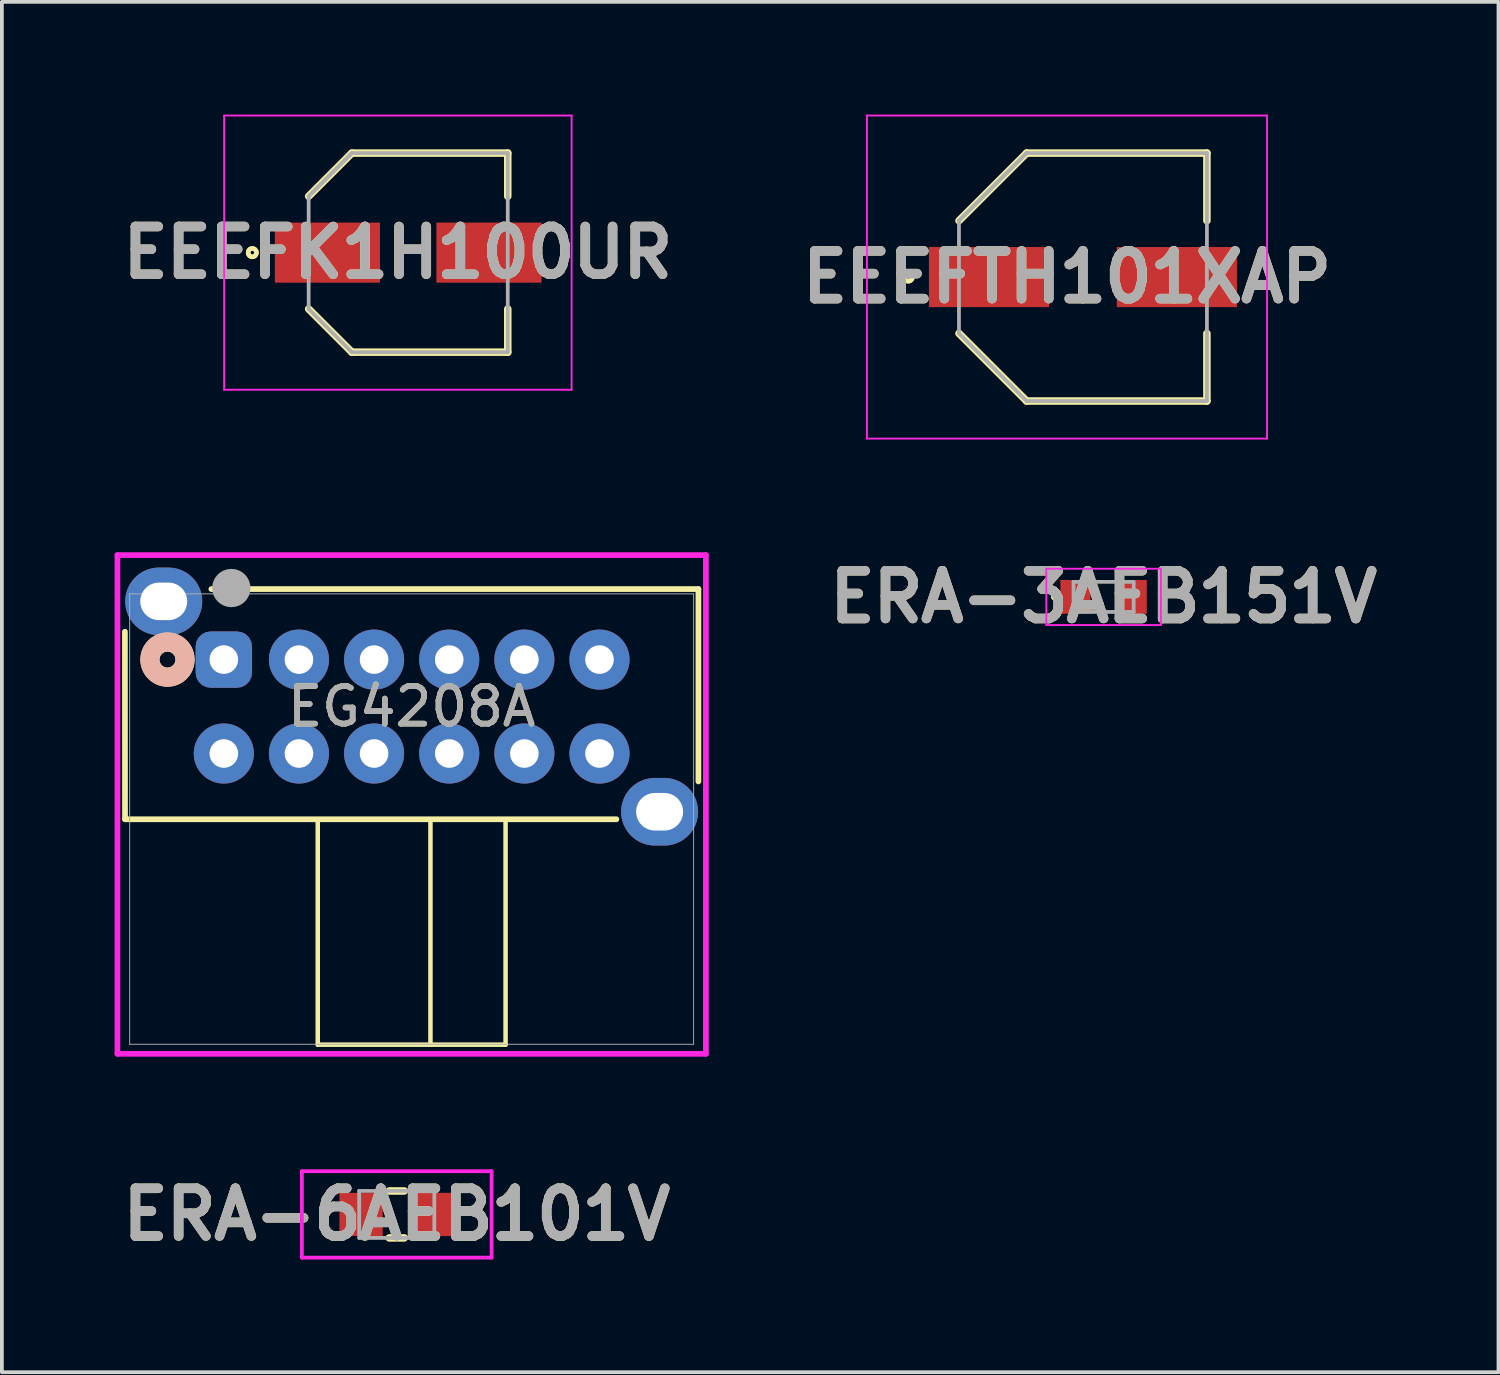
<source format=kicad_pcb>
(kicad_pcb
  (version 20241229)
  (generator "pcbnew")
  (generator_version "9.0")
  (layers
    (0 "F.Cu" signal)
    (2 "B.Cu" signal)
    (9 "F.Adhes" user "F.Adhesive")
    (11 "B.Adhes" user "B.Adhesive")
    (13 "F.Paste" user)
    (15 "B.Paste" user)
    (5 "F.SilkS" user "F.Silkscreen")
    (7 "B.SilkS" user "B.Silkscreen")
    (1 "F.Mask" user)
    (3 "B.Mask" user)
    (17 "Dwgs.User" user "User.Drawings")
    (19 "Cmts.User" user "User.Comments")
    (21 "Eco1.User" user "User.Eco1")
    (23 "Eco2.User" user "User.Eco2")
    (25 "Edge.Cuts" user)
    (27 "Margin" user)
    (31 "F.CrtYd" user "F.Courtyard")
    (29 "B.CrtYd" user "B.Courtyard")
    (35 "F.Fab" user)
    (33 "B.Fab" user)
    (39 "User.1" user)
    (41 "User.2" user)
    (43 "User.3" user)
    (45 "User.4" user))
  (footprint "EEEFK1H100UR"
    (layer "F.Cu")
    (at 7.816 3.675)
    (property "Reference" "EEEFK1H100UR" (at -0.275 0 0) (layer "F.SilkS") (effects (font (size 1.27 1.27) (thickness 0.254))))
    (attr smd)
    (fp_line (start -2.65 -1.5) (end -1.5 -2.65) (stroke (width 0.2) (type solid)) (layer "F.SilkS"))
    (fp_line (start -2.65 1.5) (end -1.5 2.65) (stroke (width 0.2) (type solid)) (layer "F.SilkS"))
    (fp_line (start -1.5 -2.65) (end 2.65 -2.65) (stroke (width 0.2) (type solid)) (layer "F.SilkS"))
    (fp_line (start -1.5 2.65) (end 2.65 2.65) (stroke (width 0.2) (type solid)) (layer "F.SilkS"))
    (fp_line (start 2.65 -2.65) (end 2.65 -1.5) (stroke (width 0.2) (type solid)) (layer "F.SilkS"))
    (fp_line (start 2.65 2.65) (end 2.65 1.5) (stroke (width 0.2) (type solid)) (layer "F.SilkS"))
    (fp_circle (center -4.15 0) (end -4.1 0) (stroke (width 0.12) (type default)) (fill no) (layer "F.SilkS"))
    (fp_circle (center -4.15 0) (end -4.05 0.05) (stroke (width 0.12) (type default)) (fill no) (layer "F.SilkS"))
    (fp_line (start -4.9 -3.65) (end 4.35 -3.65) (stroke (width 0.05) (type solid)) (layer "F.CrtYd"))
    (fp_line (start -4.9 3.65) (end -4.9 -3.65) (stroke (width 0.05) (type solid)) (layer "F.CrtYd"))
    (fp_line (start 4.35 -3.65) (end 4.35 3.65) (stroke (width 0.05) (type solid)) (layer "F.CrtYd"))
    (fp_line (start 4.35 3.65) (end -4.9 3.65) (stroke (width 0.05) (type solid)) (layer "F.CrtYd"))
    (fp_line (start -2.65 -1.5) (end -1.5 -2.65) (stroke (width 0.1) (type solid)) (layer "F.Fab"))
    (fp_line (start -2.65 -1.5) (end -1.5 -2.65) (stroke (width 0.1) (type solid)) (layer "F.Fab"))
    (fp_line (start -2.65 1.5) (end -2.65 -1.5) (stroke (width 0.1) (type solid)) (layer "F.Fab"))
    (fp_line (start -1.5 -2.65) (end 2.65 -2.65) (stroke (width 0.1) (type solid)) (layer "F.Fab"))
    (fp_line (start -1.5 2.65) (end -2.65 1.5) (stroke (width 0.1) (type solid)) (layer "F.Fab"))
    (fp_line (start 2.65 -2.65) (end 2.65 2.65) (stroke (width 0.1) (type solid)) (layer "F.Fab"))
    (fp_line (start 2.65 2.65) (end -1.5 2.65) (stroke (width 0.1) (type solid)) (layer "F.Fab"))
    (fp_text user "${REFERENCE}" (at -0.275 0 0) (layer "F.Fab") (effects (font (size 1.27 1.27) (thickness 0.254))))
    (pad "1" smd rect (at -2.15 0 90) (size 1.6 2.8) (layers "F.Cu" "F.Mask" "F.Paste"))
    (pad "2" smd rect (at 2.15 0 90) (size 1.6 2.8) (layers "F.Cu" "F.Mask" "F.Paste")))
  (footprint "EG4208A"
    (layer "F.Cu")
    (at 7.908 15.758)
    (property "Reference" "EG4208A" (at 0 0 0) (unlocked yes) (layer "F.SilkS") (effects (font (size 1 1) (thickness 0.15))))
    (attr through_hole)
    (fp_line (start -7.633 -1.993) (end -7.63 3) (stroke (width 0.152) (type solid)) (layer "F.SilkS"))
    (fp_line (start -2.5 3) (end -2.5 9) (stroke (width 0.12) (type default)) (layer "F.SilkS"))
    (fp_line (start -2.5 9) (end 2.5 9) (stroke (width 0.12) (type default)) (layer "F.SilkS"))
    (fp_line (start 0.5 9) (end 0.5 3) (stroke (width 0.12) (type default)) (layer "F.SilkS"))
    (fp_line (start 2.5 9) (end 2.5 3) (stroke (width 0.12) (type default)) (layer "F.SilkS"))
    (fp_line (start 5.45 3) (end -7.63 3) (stroke (width 0.152) (type default)) (layer "F.SilkS"))
    (fp_line (start 7.633 -3.127) (end -5.331 -3.127) (stroke (width 0.152) (type solid)) (layer "F.SilkS"))
    (fp_line (start 7.633 1.993) (end 7.633 -3.127) (stroke (width 0.152) (type solid)) (layer "F.SilkS"))
    (fp_circle (center -6.5 -1.25) (end -6.289 -1.25) (stroke (width 0.508) (type solid)) (fill no) (layer "F.SilkS"))
    (fp_circle (center -6.5 -1.25) (end -6.289 -1.3) (stroke (width 0.508) (type solid)) (fill no) (layer "B.SilkS"))
    (fp_line (start -7.832 -4.032) (end -7.832 9.243) (stroke (width 0.152) (type solid)) (layer "F.CrtYd"))
    (fp_line (start -7.832 9.243) (end 7.832 9.243) (stroke (width 0.152) (type solid)) (layer "F.CrtYd"))
    (fp_line (start 7.832 -4.032) (end -7.832 -4.032) (stroke (width 0.152) (type solid)) (layer "F.CrtYd"))
    (fp_line (start 7.832 9.243) (end 7.832 -4.032) (stroke (width 0.152) (type solid)) (layer "F.CrtYd"))
    (fp_line (start -7.506 -3) (end -7.506 8.989) (stroke (width 0.025) (type solid)) (layer "F.Fab"))
    (fp_line (start -7.506 8.989) (end 7.506 8.989) (stroke (width 0.025) (type solid)) (layer "F.Fab"))
    (fp_line (start 7.506 -3) (end -7.506 -3) (stroke (width 0.025) (type solid)) (layer "F.Fab"))
    (fp_line (start 7.506 8.989) (end 7.506 -3) (stroke (width 0.025) (type solid)) (layer "F.Fab"))
    (fp_circle (center -4.8 -3.155) (end -4.55 -3.1) (stroke (width 0.508) (type solid)) (fill no) (layer "F.Fab"))
    (fp_text user "${REFERENCE}" (at 0 0 0) (unlocked yes) (layer "F.Fab") (effects (font (size 1 1) (thickness 0.15))))
    (pad "" thru_hole oval (at -6.6 -2.8) (size 2.05 1.8) (drill oval 1.25 1) (layers "*.Cu" "*.Mask"))
    (pad "" thru_hole oval (at 6.6 2.8) (size 2.05 1.8) (drill oval 1.25 1) (layers "*.Cu" "*.Mask"))
    (pad "1" thru_hole roundrect (at -5 -1.25) (size 1.5 1.5) (drill 0.762) (layers "*.Cu" "*.Mask") (roundrect_rratio 0.267))
    (pad "2" thru_hole circle (at -3 -1.25) (size 1.6 1.6) (drill 0.762) (layers "*.Cu" "*.Mask"))
    (pad "3" thru_hole circle (at -1 -1.25) (size 1.6 1.6) (drill 0.762) (layers "*.Cu" "*.Mask"))
    (pad "4" thru_hole circle (at 1 -1.25) (size 1.6 1.6) (drill 0.762) (layers "*.Cu" "*.Mask"))
    (pad "5" thru_hole circle (at 3 -1.25) (size 1.6 1.6) (drill 0.762) (layers "*.Cu" "*.Mask"))
    (pad "6" thru_hole circle (at 5 -1.25) (size 1.6 1.6) (drill 0.762) (layers "*.Cu" "*.Mask"))
    (pad "7" thru_hole circle (at -5 1.25) (size 1.6 1.6) (drill 0.762) (layers "*.Cu" "*.Mask"))
    (pad "8" thru_hole circle (at -3 1.25) (size 1.6 1.6) (drill 0.762) (layers "*.Cu" "*.Mask"))
    (pad "9" thru_hole circle (at -1 1.25) (size 1.6 1.6) (drill 0.762) (layers "*.Cu" "*.Mask"))
    (pad "10" thru_hole circle (at 1 1.25) (size 1.6 1.6) (drill 0.762) (layers "*.Cu" "*.Mask"))
    (pad "11" thru_hole circle (at 3 1.25) (size 1.6 1.6) (drill 0.762) (layers "*.Cu" "*.Mask"))
    (pad "12" thru_hole circle (at 5 1.25) (size 1.6 1.6) (drill 0.762) (layers "*.Cu" "*.Mask")))
  (footprint "EEEFTH101XAP"
    (layer "F.Cu")
    (at 25.777 4.325)
    (property "Reference" "EEEFTH101XAP" (at -0.425 0 0) (layer "F.SilkS") (effects (font (size 1.27 1.27) (thickness 0.254))))
    (attr smd)
    (fp_line (start -3.3 -1.5) (end -1.5 -3.3) (stroke (width 0.2) (type solid)) (layer "F.SilkS"))
    (fp_line (start -3.3 1.5) (end -1.5 3.3) (stroke (width 0.2) (type solid)) (layer "F.SilkS"))
    (fp_line (start -1.5 -3.3) (end 3.3 -3.3) (stroke (width 0.2) (type solid)) (layer "F.SilkS"))
    (fp_line (start -1.5 3.3) (end 3.3 3.3) (stroke (width 0.2) (type solid)) (layer "F.SilkS"))
    (fp_line (start 3.3 -3.3) (end 3.3 -1.5) (stroke (width 0.2) (type solid)) (layer "F.SilkS"))
    (fp_line (start 3.3 3.3) (end 3.3 1.5) (stroke (width 0.2) (type solid)) (layer "F.SilkS"))
    (fp_circle (center -4.65 0) (end -4.7 -0.1) (stroke (width 0.12) (type default)) (fill no) (layer "F.SilkS"))
    (fp_circle (center -4.65 0) (end -4.6 0) (stroke (width 0.12) (type default)) (fill no) (layer "F.SilkS"))
    (fp_line (start -5.75 -4.3) (end 4.9 -4.3) (stroke (width 0.05) (type solid)) (layer "F.CrtYd"))
    (fp_line (start -5.75 4.3) (end -5.75 -4.3) (stroke (width 0.05) (type solid)) (layer "F.CrtYd"))
    (fp_line (start 4.9 -4.3) (end 4.9 4.3) (stroke (width 0.05) (type solid)) (layer "F.CrtYd"))
    (fp_line (start 4.9 4.3) (end -5.75 4.3) (stroke (width 0.05) (type solid)) (layer "F.CrtYd"))
    (fp_line (start -3.3 -1.5) (end -1.5 -3.3) (stroke (width 0.1) (type solid)) (layer "F.Fab"))
    (fp_line (start -3.3 -1.5) (end -1.5 -3.3) (stroke (width 0.1) (type solid)) (layer "F.Fab"))
    (fp_line (start -3.3 1.5) (end -3.3 -1.5) (stroke (width 0.1) (type solid)) (layer "F.Fab"))
    (fp_line (start -1.5 -3.3) (end 3.3 -3.3) (stroke (width 0.1) (type solid)) (layer "F.Fab"))
    (fp_line (start -1.5 3.3) (end -3.3 1.5) (stroke (width 0.1) (type solid)) (layer "F.Fab"))
    (fp_line (start 3.3 -3.3) (end 3.3 3.3) (stroke (width 0.1) (type solid)) (layer "F.Fab"))
    (fp_line (start 3.3 3.3) (end -1.5 3.3) (stroke (width 0.1) (type solid)) (layer "F.Fab"))
    (fp_text user "${REFERENCE}" (at -0.425 0 0) (layer "F.Fab") (effects (font (size 1.27 1.27) (thickness 0.254))))
    (pad "1" smd rect (at -2.5 0 90) (size 1.6 3.2) (layers "F.Cu" "F.Mask" "F.Paste"))
    (pad "2" smd rect (at 2.5 0 90) (size 1.6 3.2) (layers "F.Cu" "F.Mask" "F.Paste")))
  (footprint "ERA-6AEB101V"
    (layer "F.Cu")
    (at 7.511 29.277)
    (property "Reference" "ERA-6AEB101V" (at 0 0 0) (layer "F.SilkS") (effects (font (size 1.27 1.27) (thickness 0.254))))
    (attr smd)
    (fp_line (start -0.2 -0.625) (end 0.2 -0.625) (stroke (width 0.2) (type solid)) (layer "F.SilkS"))
    (fp_line (start -0.2 0.625) (end 0.2 0.625) (stroke (width 0.2) (type solid)) (layer "F.SilkS"))
    (fp_line (start -2.525 -1.15) (end 2.525 -1.15) (stroke (width 0.1) (type solid)) (layer "F.CrtYd"))
    (fp_line (start -2.525 1.15) (end -2.525 -1.15) (stroke (width 0.1) (type solid)) (layer "F.CrtYd"))
    (fp_line (start 2.525 -1.15) (end 2.525 1.15) (stroke (width 0.1) (type solid)) (layer "F.CrtYd"))
    (fp_line (start 2.525 1.15) (end -2.525 1.15) (stroke (width 0.1) (type solid)) (layer "F.CrtYd"))
    (fp_line (start -1 -0.625) (end 1 -0.625) (stroke (width 0.1) (type solid)) (layer "F.Fab"))
    (fp_line (start -1 0.625) (end -1 -0.625) (stroke (width 0.1) (type solid)) (layer "F.Fab"))
    (fp_line (start 1 -0.625) (end 1 0.625) (stroke (width 0.1) (type solid)) (layer "F.Fab"))
    (fp_line (start 1 0.625) (end -1 0.625) (stroke (width 0.1) (type solid)) (layer "F.Fab"))
    (fp_text user "${REFERENCE}" (at 0 0 0) (layer "F.Fab") (effects (font (size 1.27 1.27) (thickness 0.254))))
    (pad "1" smd rect (at -0.95 0) (size 1.15 1.15) (layers "F.Cu" "F.Mask" "F.Paste"))
    (pad "2" smd rect (at 0.95 0) (size 1.15 1.15) (layers "F.Cu" "F.Mask" "F.Paste")))
  (footprint "ERA-3AEB151V"
    (layer "F.Cu")
    (at 26.327 12.839)
    (property "Reference" "ERA-3AEB151V" (at 0 0 0) (layer "F.SilkS") (effects (font (size 1.27 1.27) (thickness 0.254))))
    (attr smd)
    (fp_line (start -1.3 -0.05) (end -1.3 -0.05) (stroke (width 0.1) (type solid)) (layer "F.SilkS"))
    (fp_line (start -1.3 0.05) (end -1.3 0.05) (stroke (width 0.1) (type solid)) (layer "F.SilkS"))
    (fp_arc (start -1.3 -0.05) (mid -1.25 0) (end -1.3 0.05) (stroke (width 0.1) (type solid)) (layer "F.SilkS"))
    (fp_arc (start -1.3 0.05) (mid -1.35 0) (end -1.3 -0.05) (stroke (width 0.1) (type solid)) (layer "F.SilkS"))
    (fp_line (start -1.525 -0.75) (end 1.525 -0.75) (stroke (width 0.05) (type solid)) (layer "F.CrtYd"))
    (fp_line (start -1.525 0.75) (end -1.525 -0.75) (stroke (width 0.05) (type solid)) (layer "F.CrtYd"))
    (fp_line (start 1.525 -0.75) (end 1.525 0.75) (stroke (width 0.05) (type solid)) (layer "F.CrtYd"))
    (fp_line (start 1.525 0.75) (end -1.525 0.75) (stroke (width 0.05) (type solid)) (layer "F.CrtYd"))
    (fp_line (start -0.8 -0.4) (end 0.8 -0.4) (stroke (width 0.1) (type solid)) (layer "F.Fab"))
    (fp_line (start -0.8 0.4) (end -0.8 -0.4) (stroke (width 0.1) (type solid)) (layer "F.Fab"))
    (fp_line (start 0.8 -0.4) (end 0.8 0.4) (stroke (width 0.1) (type solid)) (layer "F.Fab"))
    (fp_line (start 0.8 0.4) (end -0.8 0.4) (stroke (width 0.1) (type solid)) (layer "F.Fab"))
    (fp_text user "${REFERENCE}" (at 0 0 0) (layer "F.Fab") (effects (font (size 1.27 1.27) (thickness 0.254))))
    (pad "1" smd rect (at -0.75 0) (size 0.8 0.9) (layers "F.Cu" "F.Mask" "F.Paste"))
    (pad "2" smd rect (at 0.75 0) (size 0.8 0.9) (layers "F.Cu" "F.Mask" "F.Paste")))
  (gr_rect
    (start -3 -3)
    (end 36.838 33.477)
    (stroke (width 0.1) (type default))
    (fill no)
    (layer "Edge.Cuts")))
</source>
